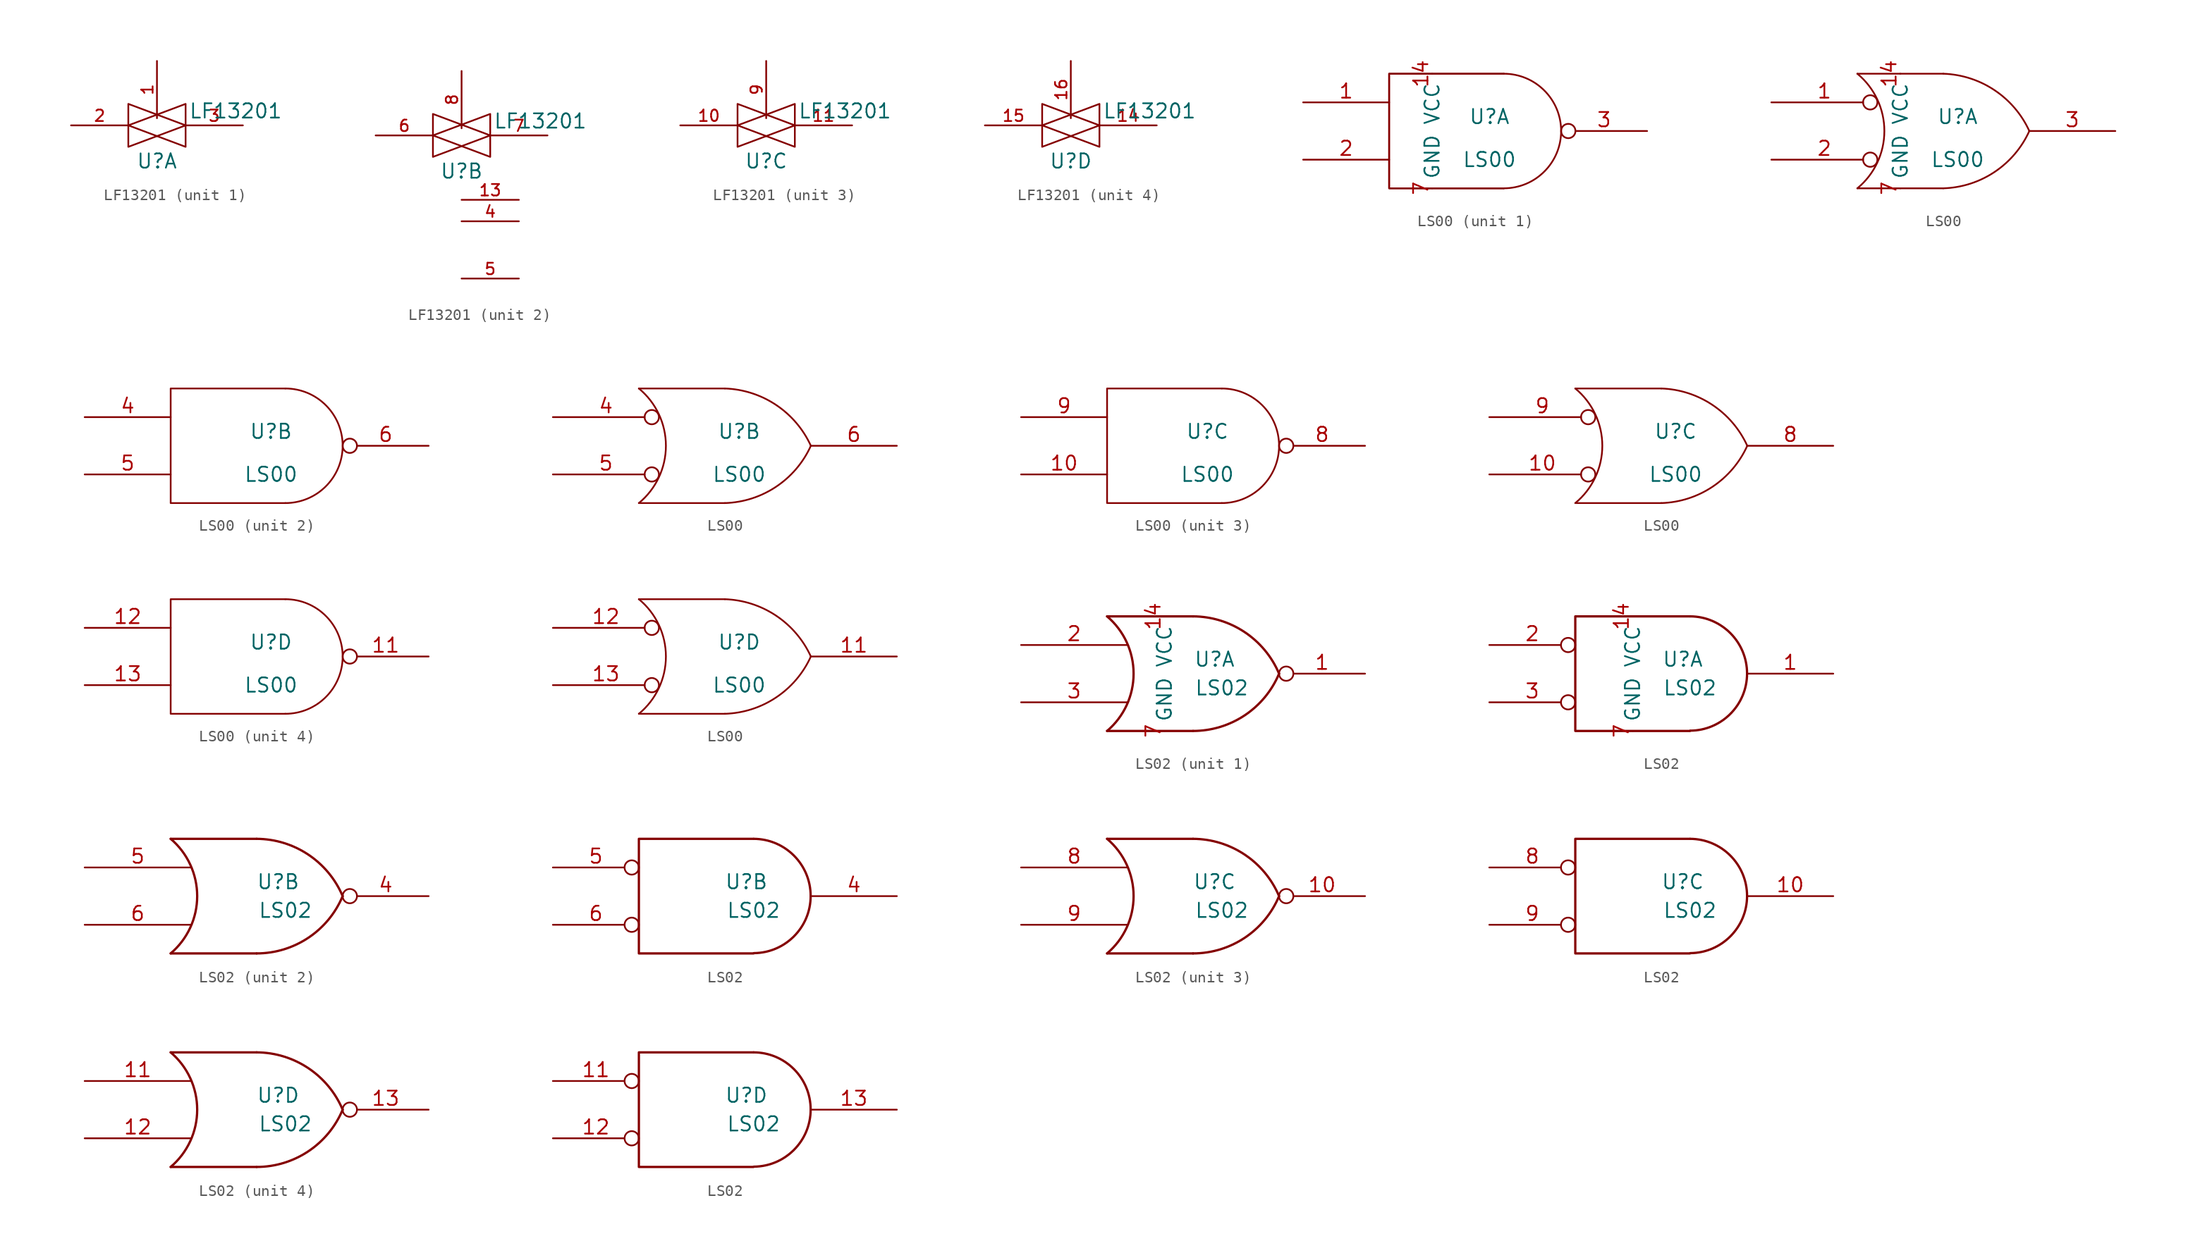
<source format=kicad_sym>
(kicad_symbol_lib
  (version 20211014)
  (generator kicad_symbol_editor)
  (symbol "LF13201"
    (pin_names
      (offset 0))
    (property "Reference" "U"
      (at 0 -3.175 0)
      (effects (font (size 1.27 1.27))))
    (property "Value" "LF13201"
      (at 6.985 1.27 0)
      (effects (font (size 1.27 1.27))))
    (symbol "LF13201_0_1"
      (polyline (pts (xy -2.54 1.905) (xy -2.54 -1.905) (xy 2.54 0) (xy -2.54 1.905)) (stroke (width 0) (type default) (color 0 0 0 0)) (fill (type none)))
      (polyline (pts (xy 2.54 1.905) (xy 2.54 -1.905) (xy -2.54 0) (xy 2.54 1.905)) (stroke (width 0) (type default) (color 0 0 0 0)) (fill (type none))))
    (symbol "LF13201_1_1"
      (pin bidirectional line (at 0 5.715 270) (length 5.08) (name "~" (effects (font (size 1.016 1.016)))) (number "1" (effects (font (size 1.016 1.016)))))
      (pin bidirectional line (at -7.62 0 0) (length 5.08) (name "~" (effects (font (size 1.016 1.016)))) (number "2" (effects (font (size 1.016 1.016)))))
      (pin bidirectional line (at 7.62 0 180) (length 5.08) (name "~" (effects (font (size 1.016 1.016)))) (number "3" (effects (font (size 1.016 1.016))))))
    (symbol "LF13201_2_1"
      (pin bidirectional line (at 5.08 -5.715 180) (length 5.08) (name "~" (effects (font (size 1.016 1.016)))) (number "13" (effects (font (size 1.016 1.016)))))
      (pin bidirectional line (at 5.08 -7.62 180) (length 5.08) (name "~" (effects (font (size 1.016 1.016)))) (number "4" (effects (font (size 1.016 1.016)))))
      (pin input line (at 5.08 -12.7 180) (length 5.08) (name "~" (effects (font (size 1.016 1.016)))) (number "5" (effects (font (size 1.016 1.016)))))
      (pin bidirectional line (at -7.62 0 0) (length 5.08) (name "~" (effects (font (size 1.016 1.016)))) (number "6" (effects (font (size 1.016 1.016)))))
      (pin bidirectional line (at 7.62 0 180) (length 5.08) (name "~" (effects (font (size 1.016 1.016)))) (number "7" (effects (font (size 1.016 1.016)))))
      (pin bidirectional line (at 0 5.715 270) (length 5.08) (name "~" (effects (font (size 1.016 1.016)))) (number "8" (effects (font (size 1.016 1.016))))))
    (symbol "LF13201_3_1"
      (pin bidirectional line (at -7.62 0 0) (length 5.08) (name "~" (effects (font (size 1.016 1.016)))) (number "10" (effects (font (size 1.016 1.016)))))
      (pin bidirectional line (at 7.62 0 180) (length 5.08) (name "~" (effects (font (size 1.016 1.016)))) (number "11" (effects (font (size 1.016 1.016)))))
      (pin bidirectional line (at 0 5.715 270) (length 5.08) (name "~" (effects (font (size 1.016 1.016)))) (number "9" (effects (font (size 1.016 1.016))))))
    (symbol "LF13201_4_1"
      (pin bidirectional line (at 7.62 0 180) (length 5.08) (name "~" (effects (font (size 1.016 1.016)))) (number "14" (effects (font (size 1.016 1.016)))))
      (pin bidirectional line (at -7.62 0 0) (length 5.08) (name "~" (effects (font (size 1.016 1.016)))) (number "15" (effects (font (size 1.016 1.016)))))
      (pin bidirectional line (at 0 5.715 270) (length 5.08) (name "~" (effects (font (size 1.016 1.016)))) (number "16" (effects (font (size 1.016 1.016)))))))
  (symbol "LS00"
    (pin_names
      (offset 0.762))
    (property "Reference" "U"
      (at 1.27 1.27 0)
      (effects (font (size 1.27 1.27))))
    (property "Value" "LS00"
      (at 1.27 -2.54 0)
      (effects (font (size 1.27 1.27))))
    (symbol "LS00_0_1"
      (polyline (pts (xy 2.54 5.08) (xy -7.62 5.08) (xy -7.62 -5.08) (xy 2.54 -5.08)) (stroke (width 0) (type default) (color 0 0 0 0)) (fill (type none)))
      (arc (start 2.54 -5.08) (mid 7.62 0) (end 2.54 5.08) (stroke (width 0) (type default) (color 0 0 0 0)) (fill (type none))))
    (symbol "LS00_0_2"
      (arc (start -7.62 -5.08) (mid -5.2253 0) (end -7.62 5.08) (stroke (width 0) (type default) (color 0 0 0 0)) (fill (type none)))
      (arc (start 0 -5.08) (mid 4.5408 -3.6305) (end 7.62 0) (stroke (width 0) (type default) (color 0 0 0 0)) (fill (type none)))
      (polyline (pts (xy -7.62 -5.08) (xy 0 -5.08)) (stroke (width 0) (type default) (color 0 0 0 0)) (fill (type none)))
      (polyline (pts (xy -7.62 5.08) (xy 0 5.08)) (stroke (width 0) (type default) (color 0 0 0 0)) (fill (type none)))
      (arc (start 7.62 0) (mid 4.5343 3.6226) (end 0 5.08) (stroke (width 0) (type default) (color 0 0 0 0)) (fill (type none))))
    (symbol "LS00_1_0"
      (pin power_in line (at -3.81 5.08 270) (length 0) (name "VCC" (effects (font (size 1.27 1.27)))) (number "14" (effects (font (size 1.27 1.27)))))
      (pin power_in line (at -3.81 -5.08 90) (length 0) (name "GND" (effects (font (size 1.27 1.27)))) (number "7" (effects (font (size 1.27 1.27))))))
    (symbol "LS00_1_1"
      (polyline (pts (xy 2.54 5.08) (xy -7.62 5.08) (xy -7.62 -5.08) (xy 2.54 -5.08)) (stroke (width 0) (type default) (color 0 0 0 0)) (fill (type none)))
      (pin input line (at -15.24 2.54 0) (length 7.62) (name "~" (effects (font (size 1.27 1.27)))) (number "1" (effects (font (size 1.27 1.27)))))
      (pin input line (at -15.24 -2.54 0) (length 7.62) (name "~" (effects (font (size 1.27 1.27)))) (number "2" (effects (font (size 1.27 1.27)))))
      (pin output inverted (at 15.24 0 180) (length 7.62) (name "~" (effects (font (size 1.27 1.27)))) (number "3" (effects (font (size 1.27 1.27))))))
    (symbol "LS00_1_2"
      (pin input inverted (at -15.24 2.54 0) (length 9.398) (name "~" (effects (font (size 1.27 1.27)))) (number "1" (effects (font (size 1.27 1.27)))))
      (pin input inverted (at -15.24 -2.54 0) (length 9.398) (name "~" (effects (font (size 1.27 1.27)))) (number "2" (effects (font (size 1.27 1.27)))))
      (pin output line (at 15.24 0 180) (length 7.62) (name "~" (effects (font (size 1.27 1.27)))) (number "3" (effects (font (size 1.27 1.27))))))
    (symbol "LS00_2_1"
      (pin input line (at -15.24 2.54 0) (length 7.62) (name "~" (effects (font (size 1.27 1.27)))) (number "4" (effects (font (size 1.27 1.27)))))
      (pin input line (at -15.24 -2.54 0) (length 7.62) (name "~" (effects (font (size 1.27 1.27)))) (number "5" (effects (font (size 1.27 1.27)))))
      (pin output inverted (at 15.24 0 180) (length 7.62) (name "~" (effects (font (size 1.27 1.27)))) (number "6" (effects (font (size 1.27 1.27))))))
    (symbol "LS00_2_2"
      (pin input inverted (at -15.24 2.54 0) (length 9.398) (name "~" (effects (font (size 1.27 1.27)))) (number "4" (effects (font (size 1.27 1.27)))))
      (pin input inverted (at -15.24 -2.54 0) (length 9.398) (name "~" (effects (font (size 1.27 1.27)))) (number "5" (effects (font (size 1.27 1.27)))))
      (pin output line (at 15.24 0 180) (length 7.62) (name "~" (effects (font (size 1.27 1.27)))) (number "6" (effects (font (size 1.27 1.27))))))
    (symbol "LS00_3_1"
      (pin input line (at -15.24 -2.54 0) (length 7.62) (name "~" (effects (font (size 1.27 1.27)))) (number "10" (effects (font (size 1.27 1.27)))))
      (pin output inverted (at 15.24 0 180) (length 7.62) (name "~" (effects (font (size 1.27 1.27)))) (number "8" (effects (font (size 1.27 1.27)))))
      (pin input line (at -15.24 2.54 0) (length 7.62) (name "~" (effects (font (size 1.27 1.27)))) (number "9" (effects (font (size 1.27 1.27))))))
    (symbol "LS00_3_2"
      (pin input inverted (at -15.24 -2.54 0) (length 9.398) (name "~" (effects (font (size 1.27 1.27)))) (number "10" (effects (font (size 1.27 1.27)))))
      (pin output line (at 15.24 0 180) (length 7.62) (name "~" (effects (font (size 1.27 1.27)))) (number "8" (effects (font (size 1.27 1.27)))))
      (pin input inverted (at -15.24 2.54 0) (length 9.398) (name "~" (effects (font (size 1.27 1.27)))) (number "9" (effects (font (size 1.27 1.27))))))
    (symbol "LS00_4_1"
      (pin output inverted (at 15.24 0 180) (length 7.62) (name "~" (effects (font (size 1.27 1.27)))) (number "11" (effects (font (size 1.27 1.27)))))
      (pin input line (at -15.24 2.54 0) (length 7.62) (name "~" (effects (font (size 1.27 1.27)))) (number "12" (effects (font (size 1.27 1.27)))))
      (pin input line (at -15.24 -2.54 0) (length 7.62) (name "~" (effects (font (size 1.27 1.27)))) (number "13" (effects (font (size 1.27 1.27))))))
    (symbol "LS00_4_2"
      (pin output line (at 15.24 0 180) (length 7.62) (name "~" (effects (font (size 1.27 1.27)))) (number "11" (effects (font (size 1.27 1.27)))))
      (pin input inverted (at -15.24 2.54 0) (length 9.398) (name "~" (effects (font (size 1.27 1.27)))) (number "12" (effects (font (size 1.27 1.27)))))
      (pin input inverted (at -15.24 -2.54 0) (length 9.398) (name "~" (effects (font (size 1.27 1.27)))) (number "13" (effects (font (size 1.27 1.27)))))))
  (symbol "LS02"
    (pin_names
      (offset 0.762))
    (property "Reference" "U"
      (at 1.905 1.27 0)
      (effects (font (size 1.27 1.27))))
    (property "Value" "LS02"
      (at 2.54 -1.27 0)
      (effects (font (size 1.27 1.27))))
    (symbol "LS02_0_1"
      (arc (start -7.62 -5.08) (mid -5.2708 0) (end -7.62 5.08) (stroke (width 0.2032) (type default) (color 0 0 0 0)) (fill (type none)))
      (arc (start 0 -5.08) (mid 4.5812 -3.6906) (end 7.62 0) (stroke (width 0.2032) (type default) (color 0 0 0 0)) (fill (type none)))
      (polyline (pts (xy -7.62 -5.08) (xy 0 -5.08)) (stroke (width 0.203) (type default) (color 0 0 0 0)) (fill (type none)))
      (polyline (pts (xy -7.62 5.08) (xy 0 5.08)) (stroke (width 0.203) (type default) (color 0 0 0 0)) (fill (type none)))
      (arc (start 7.62 0) (mid 4.5727 3.6819) (end 0 5.08) (stroke (width 0.2032) (type default) (color 0 0 0 0)) (fill (type none))))
    (symbol "LS02_0_2"
      (polyline (pts (xy 2.54 5.08) (xy -7.62 5.08) (xy -7.62 -5.08) (xy 2.54 -5.08)) (stroke (width 0.203) (type default) (color 0 0 0 0)) (fill (type none)))
      (arc (start 2.5654 -5.0546) (mid 7.5947 0.0001) (end 2.5654 5.08) (stroke (width 0.2032) (type default) (color 0 0 0 0)) (fill (type none))))
    (symbol "LS02_1_0"
      (pin power_in line (at -2.54 5.08 270) (length 0) (name "VCC" (effects (font (size 1.27 1.27)))) (number "14" (effects (font (size 1.27 1.27)))))
      (pin power_in line (at -2.54 -5.08 90) (length 0) (name "GND" (effects (font (size 1.27 1.27)))) (number "7" (effects (font (size 1.27 1.27))))))
    (symbol "LS02_1_1"
      (pin output inverted (at 15.24 0 180) (length 7.62) (name "~" (effects (font (size 1.27 1.27)))) (number "1" (effects (font (size 1.27 1.27)))))
      (pin input line (at -15.24 2.54 0) (length 9.398) (name "~" (effects (font (size 1.27 1.27)))) (number "2" (effects (font (size 1.27 1.27)))))
      (pin input line (at -15.24 -2.54 0) (length 9.398) (name "~" (effects (font (size 1.27 1.27)))) (number "3" (effects (font (size 1.27 1.27))))))
    (symbol "LS02_1_2"
      (pin output line (at 15.24 0 180) (length 7.62) (name "~" (effects (font (size 1.27 1.27)))) (number "1" (effects (font (size 1.27 1.27)))))
      (pin input inverted (at -15.24 2.54 0) (length 7.62) (name "~" (effects (font (size 1.27 1.27)))) (number "2" (effects (font (size 1.27 1.27)))))
      (pin input inverted (at -15.24 -2.54 0) (length 7.62) (name "~" (effects (font (size 1.27 1.27)))) (number "3" (effects (font (size 1.27 1.27))))))
    (symbol "LS02_2_1"
      (pin output inverted (at 15.24 0 180) (length 7.62) (name "~" (effects (font (size 1.27 1.27)))) (number "4" (effects (font (size 1.27 1.27)))))
      (pin input line (at -15.24 2.54 0) (length 9.398) (name "~" (effects (font (size 1.27 1.27)))) (number "5" (effects (font (size 1.27 1.27)))))
      (pin input line (at -15.24 -2.54 0) (length 9.398) (name "~" (effects (font (size 1.27 1.27)))) (number "6" (effects (font (size 1.27 1.27))))))
    (symbol "LS02_2_2"
      (pin output line (at 15.24 0 180) (length 7.62) (name "~" (effects (font (size 1.27 1.27)))) (number "4" (effects (font (size 1.27 1.27)))))
      (pin input inverted (at -15.24 2.54 0) (length 7.62) (name "~" (effects (font (size 1.27 1.27)))) (number "5" (effects (font (size 1.27 1.27)))))
      (pin input inverted (at -15.24 -2.54 0) (length 7.62) (name "~" (effects (font (size 1.27 1.27)))) (number "6" (effects (font (size 1.27 1.27))))))
    (symbol "LS02_3_1"
      (pin output inverted (at 15.24 0 180) (length 7.62) (name "~" (effects (font (size 1.27 1.27)))) (number "10" (effects (font (size 1.27 1.27)))))
      (pin input line (at -15.24 2.54 0) (length 9.398) (name "~" (effects (font (size 1.27 1.27)))) (number "8" (effects (font (size 1.27 1.27)))))
      (pin input line (at -15.24 -2.54 0) (length 9.398) (name "~" (effects (font (size 1.27 1.27)))) (number "9" (effects (font (size 1.27 1.27))))))
    (symbol "LS02_3_2"
      (pin output line (at 15.24 0 180) (length 7.62) (name "~" (effects (font (size 1.27 1.27)))) (number "10" (effects (font (size 1.27 1.27)))))
      (pin input inverted (at -15.24 2.54 0) (length 7.62) (name "~" (effects (font (size 1.27 1.27)))) (number "8" (effects (font (size 1.27 1.27)))))
      (pin input inverted (at -15.24 -2.54 0) (length 7.62) (name "~" (effects (font (size 1.27 1.27)))) (number "9" (effects (font (size 1.27 1.27))))))
    (symbol "LS02_4_1"
      (pin input line (at -15.24 2.54 0) (length 9.398) (name "~" (effects (font (size 1.27 1.27)))) (number "11" (effects (font (size 1.27 1.27)))))
      (pin input line (at -15.24 -2.54 0) (length 9.398) (name "~" (effects (font (size 1.27 1.27)))) (number "12" (effects (font (size 1.27 1.27)))))
      (pin output inverted (at 15.24 0 180) (length 7.62) (name "~" (effects (font (size 1.27 1.27)))) (number "13" (effects (font (size 1.27 1.27))))))
    (symbol "LS02_4_2"
      (pin input inverted (at -15.24 2.54 0) (length 7.62) (name "~" (effects (font (size 1.27 1.27)))) (number "11" (effects (font (size 1.27 1.27)))))
      (pin input inverted (at -15.24 -2.54 0) (length 7.62) (name "~" (effects (font (size 1.27 1.27)))) (number "12" (effects (font (size 1.27 1.27)))))
      (pin output line (at 15.24 0 180) (length 7.62) (name "~" (effects (font (size 1.27 1.27)))) (number "13" (effects (font (size 1.27 1.27))))))))
</source>
